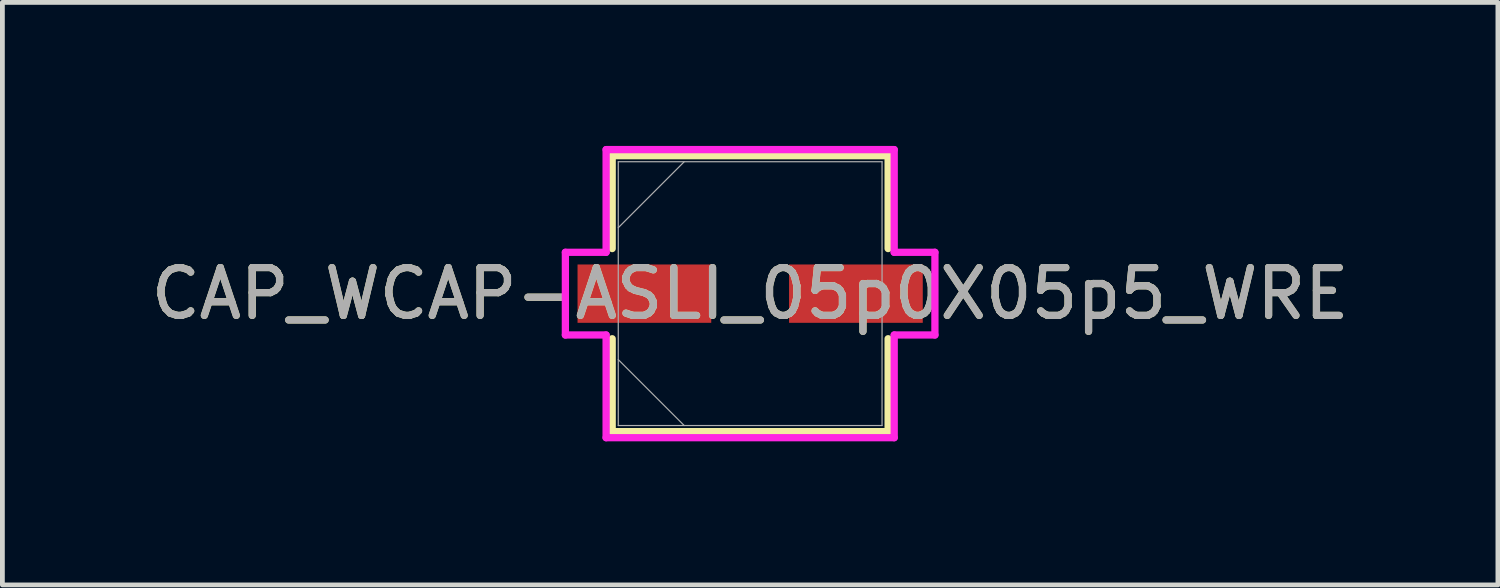
<source format=kicad_pcb>
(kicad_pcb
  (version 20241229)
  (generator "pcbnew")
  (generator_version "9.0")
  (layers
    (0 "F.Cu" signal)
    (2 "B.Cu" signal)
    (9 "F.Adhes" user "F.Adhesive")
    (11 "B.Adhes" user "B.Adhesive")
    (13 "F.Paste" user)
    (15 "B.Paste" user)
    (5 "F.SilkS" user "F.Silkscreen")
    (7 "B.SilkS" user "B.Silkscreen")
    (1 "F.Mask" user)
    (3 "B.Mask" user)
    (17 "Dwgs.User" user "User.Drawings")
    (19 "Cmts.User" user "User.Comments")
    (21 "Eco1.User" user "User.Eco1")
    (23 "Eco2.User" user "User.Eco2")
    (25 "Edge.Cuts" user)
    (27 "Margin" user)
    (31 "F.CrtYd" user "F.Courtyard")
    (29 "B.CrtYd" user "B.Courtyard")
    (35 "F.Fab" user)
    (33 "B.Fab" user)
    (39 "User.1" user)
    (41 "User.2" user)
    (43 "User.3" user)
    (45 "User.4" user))
  (footprint "CAP_WCAP-ASLI_05p0X05p5_WRE"
    (layer "F.Cu")
    (at 12.625 3.086)
    (property "Reference" "CAP_WCAP-ASLI_05p0X05p5_WRE" (at 0 0 0) (unlocked yes) (layer "F.SilkS") (effects (font (size 1 1) (thickness 0.15))))
    (attr smd)
    (fp_line (start -2.883 -2.883) (end -2.883 -0.942) (stroke (width 0.152) (type solid)) (layer "F.SilkS"))
    (fp_line (start -2.883 0.942) (end -2.883 2.883) (stroke (width 0.152) (type solid)) (layer "F.SilkS"))
    (fp_line (start -2.883 2.883) (end 2.883 2.883) (stroke (width 0.152) (type solid)) (layer "F.SilkS"))
    (fp_line (start 2.883 -2.883) (end -2.883 -2.883) (stroke (width 0.152) (type solid)) (layer "F.SilkS"))
    (fp_line (start 2.883 -0.942) (end 2.883 -2.883) (stroke (width 0.152) (type solid)) (layer "F.SilkS"))
    (fp_line (start 2.883 2.883) (end 2.883 0.942) (stroke (width 0.152) (type solid)) (layer "F.SilkS"))
    (fp_line (start -3.861 -0.864) (end -3.01 -0.864) (stroke (width 0.152) (type solid)) (layer "F.CrtYd"))
    (fp_line (start -3.861 0.864) (end -3.861 -0.864) (stroke (width 0.152) (type solid)) (layer "F.CrtYd"))
    (fp_line (start -3.01 -3.01) (end 3.01 -3.01) (stroke (width 0.152) (type solid)) (layer "F.CrtYd"))
    (fp_line (start -3.01 -0.864) (end -3.01 -3.01) (stroke (width 0.152) (type solid)) (layer "F.CrtYd"))
    (fp_line (start -3.01 0.864) (end -3.861 0.864) (stroke (width 0.152) (type solid)) (layer "F.CrtYd"))
    (fp_line (start -3.01 3.01) (end -3.01 0.864) (stroke (width 0.152) (type solid)) (layer "F.CrtYd"))
    (fp_line (start 3.01 -3.01) (end 3.01 -0.864) (stroke (width 0.152) (type solid)) (layer "F.CrtYd"))
    (fp_line (start 3.01 -0.864) (end 3.861 -0.864) (stroke (width 0.152) (type solid)) (layer "F.CrtYd"))
    (fp_line (start 3.01 0.864) (end 3.01 3.01) (stroke (width 0.152) (type solid)) (layer "F.CrtYd"))
    (fp_line (start 3.01 3.01) (end -3.01 3.01) (stroke (width 0.152) (type solid)) (layer "F.CrtYd"))
    (fp_line (start 3.861 -0.864) (end 3.861 0.864) (stroke (width 0.152) (type solid)) (layer "F.CrtYd"))
    (fp_line (start 3.861 0.864) (end 3.01 0.864) (stroke (width 0.152) (type solid)) (layer "F.CrtYd"))
    (fp_line (start -2.756 -2.756) (end -2.756 2.756) (stroke (width 0.025) (type solid)) (layer "F.Fab"))
    (fp_line (start -2.756 -1.378) (end -1.378 -2.756) (stroke (width 0.025) (type solid)) (layer "F.Fab"))
    (fp_line (start -2.756 1.378) (end -1.378 2.756) (stroke (width 0.025) (type solid)) (layer "F.Fab"))
    (fp_line (start -2.756 2.756) (end 2.756 2.756) (stroke (width 0.025) (type solid)) (layer "F.Fab"))
    (fp_line (start 2.756 -2.756) (end -2.756 -2.756) (stroke (width 0.025) (type solid)) (layer "F.Fab"))
    (fp_line (start 2.756 2.756) (end 2.756 -2.756) (stroke (width 0.025) (type solid)) (layer "F.Fab"))
    (fp_circle (center -2.248 0) (end -2.248 0) (stroke (width 0.025) (type solid)) (fill no) (layer "F.Fab"))
    (fp_text user "${REFERENCE}" (at 0 0 0) (unlocked yes) (layer "F.Fab") (effects (font (size 1 1) (thickness 0.15))))
    (pad "1" smd rect (at -2.21 0) (size 2.794 1.219) (layers "F.Cu" "F.Mask" "F.Paste"))
    (pad "2" smd rect (at 2.21 0) (size 2.794 1.219) (layers "F.Cu" "F.Mask" "F.Paste"))
    (zone (net_name "") (layer "F.Cu") (hatch full 0.508) (connect_pads) (min_thickness 0.254) (filled_areas_thickness no) (keepout (tracks not_allowed) (vias not_allowed) (pads allowed) (copperpour not_allowed) (footprints allowed)) (placement (enabled no)) (fill) (polygon (pts (xy 9.92 0.381) (xy 15.33 0.381) (xy 15.33 2.426) (xy 9.92 2.426))))
    (zone (net_name "") (layer "F.Cu") (hatch full 0.508) (connect_pads) (min_thickness 0.254) (filled_areas_thickness no) (keepout (tracks not_allowed) (vias not_allowed) (pads allowed) (copperpour not_allowed) (footprints allowed)) (placement (enabled no)) (fill) (polygon (pts (xy 9.92 3.747) (xy 15.33 3.747) (xy 15.33 5.791) (xy 9.92 5.791))))
    (zone (net_name "") (layer "F.Cu") (hatch full 0.508) (connect_pads) (min_thickness 0.254) (filled_areas_thickness no) (keepout (tracks not_allowed) (vias not_allowed) (pads allowed) (copperpour not_allowed) (footprints allowed)) (placement (enabled no)) (fill) (polygon (pts (xy 11.863 2.426) (xy 13.387 2.426) (xy 13.387 3.747) (xy 11.863 3.747)))))
  (gr_rect
    (start -3 -3)
    (end 28.25 9.172)
    (stroke (width 0.1) (type default))
    (fill no)
    (layer "Edge.Cuts")))
</source>
